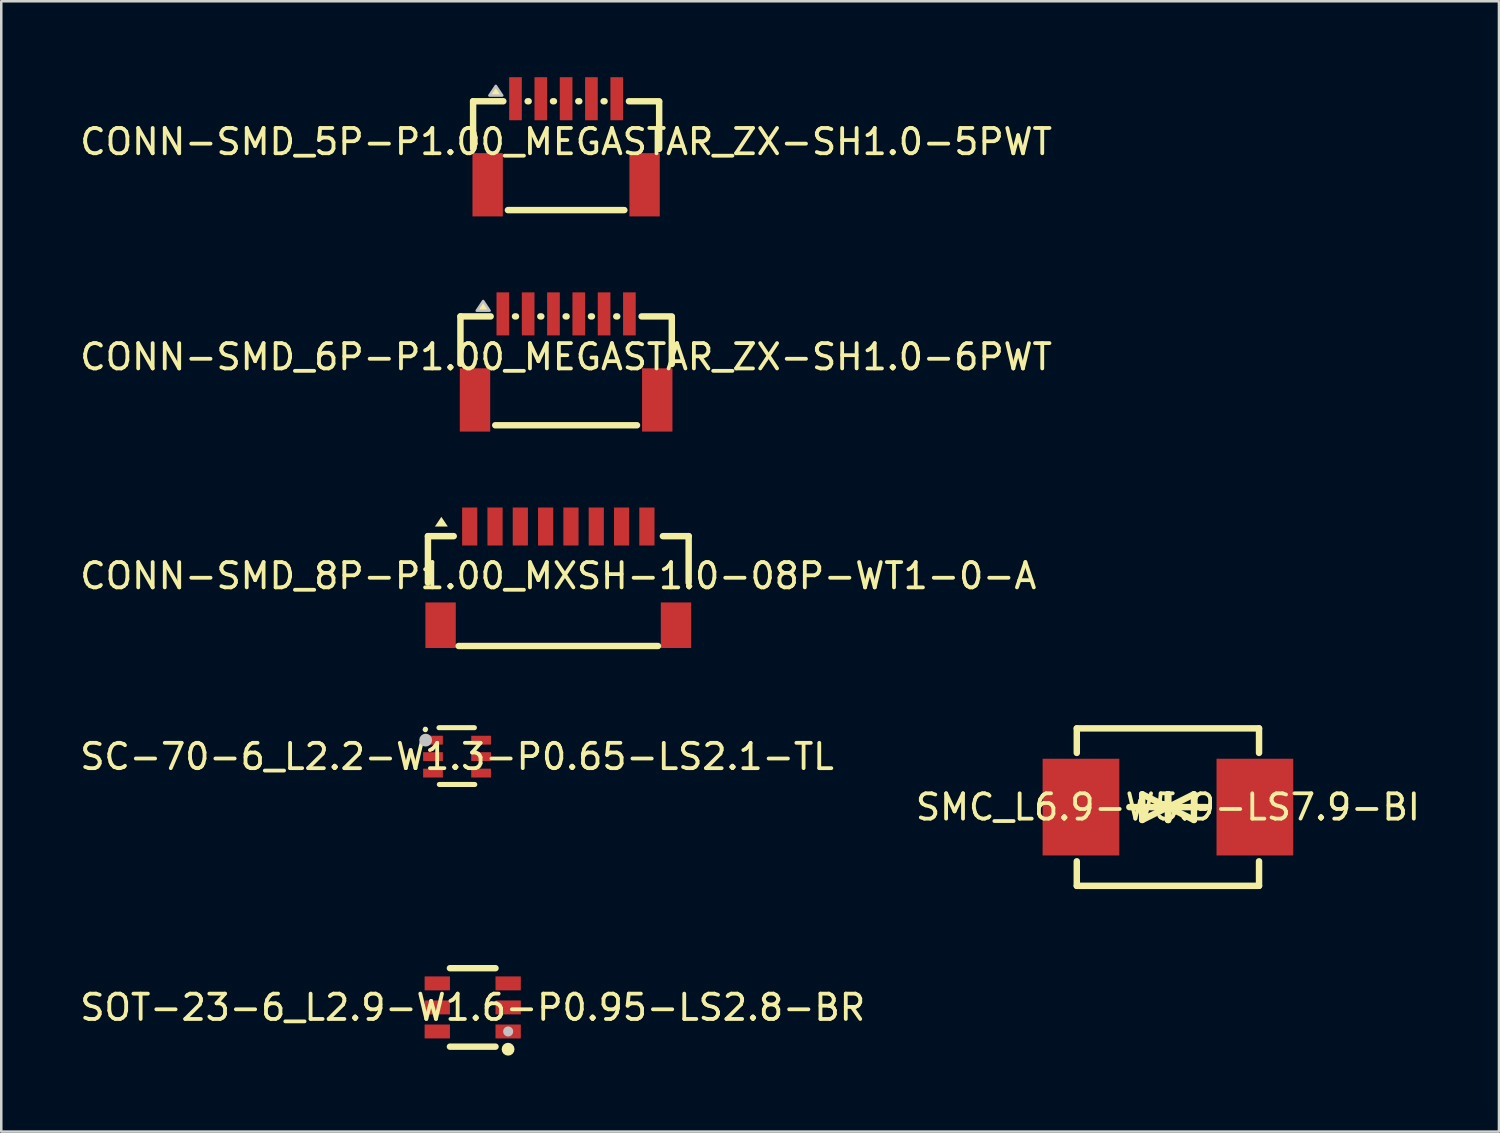
<source format=kicad_pcb>
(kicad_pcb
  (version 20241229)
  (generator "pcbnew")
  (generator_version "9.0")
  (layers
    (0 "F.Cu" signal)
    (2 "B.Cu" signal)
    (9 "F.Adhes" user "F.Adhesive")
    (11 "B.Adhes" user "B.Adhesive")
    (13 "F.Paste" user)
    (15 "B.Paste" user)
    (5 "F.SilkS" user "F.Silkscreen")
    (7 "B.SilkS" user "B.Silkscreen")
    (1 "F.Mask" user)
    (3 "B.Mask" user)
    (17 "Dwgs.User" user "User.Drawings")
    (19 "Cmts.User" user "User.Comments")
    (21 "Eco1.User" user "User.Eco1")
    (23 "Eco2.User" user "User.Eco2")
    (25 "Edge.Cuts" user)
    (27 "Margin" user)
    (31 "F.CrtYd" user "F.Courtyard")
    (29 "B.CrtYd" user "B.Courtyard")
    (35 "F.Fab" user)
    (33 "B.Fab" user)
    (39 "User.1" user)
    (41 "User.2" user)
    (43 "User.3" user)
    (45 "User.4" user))
  (footprint "SOT-23-6_L2.9-W1.6-P0.95-LS2.8-BR"
    (layer "F.Cu")
    (at 15.625 36.749)
    (property "Reference" "SOT-23-6_L2.9-W1.6-P0.95-LS2.8-BR" (at 0 0 0) (layer "F.SilkS") (effects (font (size 1 1) (thickness 0.15))))
    (fp_line (start -0.9 -1.55) (end 0.9 -1.55) (stroke (width 0.254) (type default)) (layer "F.SilkS"))
    (fp_line (start -0.9 1.55) (end 0.9 1.55) (stroke (width 0.254) (type default)) (layer "F.SilkS"))
    (fp_circle (center 1.397 1.651) (end 1.524 1.651) (stroke (width 0.254) (type default)) (fill no) (layer "F.SilkS"))
    (fp_circle (center 1.4 0.95) (end 1.5 0.95) (stroke (width 0.2) (type default)) (fill no) (layer "Dwgs.User"))
    (fp_poly (pts (xy -0.935 -0.735) (xy -0.935 -1.165) (xy -0.79 -1.165) (xy -0.79 -0.735)) (stroke (width 0.1) (type default)) (fill no) (layer "User.1"))
    (fp_poly (pts (xy -0.935 0.215) (xy -0.935 -0.215) (xy -0.79 -0.215) (xy -0.79 0.215)) (stroke (width 0.1) (type default)) (fill no) (layer "User.1"))
    (fp_poly (pts (xy -0.935 1.165) (xy -0.935 0.735) (xy -0.79 0.735) (xy -0.79 1.165)) (stroke (width 0.1) (type default)) (fill no) (layer "User.1"))
    (fp_poly (pts (xy -0.925 -0.735) (xy -0.925 -1.165) (xy -1.4 -1.165) (xy -1.4 -0.735)) (stroke (width 0.1) (type default)) (fill no) (layer "User.1"))
    (fp_poly (pts (xy -0.925 0.215) (xy -0.925 -0.215) (xy -1.4 -0.215) (xy -1.4 0.215)) (stroke (width 0.1) (type default)) (fill no) (layer "User.1"))
    (fp_poly (pts (xy -0.925 1.165) (xy -0.925 0.735) (xy -1.4 0.735) (xy -1.4 1.165)) (stroke (width 0.1) (type default)) (fill no) (layer "User.1"))
    (fp_poly (pts (xy 0.925 -0.735) (xy 0.925 -1.165) (xy 1.4 -1.165) (xy 1.4 -0.735)) (stroke (width 0.1) (type default)) (fill no) (layer "User.1"))
    (fp_poly (pts (xy 0.925 0.215) (xy 0.925 -0.215) (xy 1.4 -0.215) (xy 1.4 0.215)) (stroke (width 0.1) (type default)) (fill no) (layer "User.1"))
    (fp_poly (pts (xy 0.925 1.165) (xy 0.925 0.735) (xy 1.4 0.735) (xy 1.4 1.165)) (stroke (width 0.1) (type default)) (fill no) (layer "User.1"))
    (fp_poly (pts (xy 0.935 -1.165) (xy 0.935 -0.735) (xy 0.79 -0.735) (xy 0.79 -1.165)) (stroke (width 0.1) (type default)) (fill no) (layer "User.1"))
    (fp_poly (pts (xy 0.935 -0.215) (xy 0.935 0.215) (xy 0.79 0.215) (xy 0.79 -0.215)) (stroke (width 0.1) (type default)) (fill no) (layer "User.1"))
    (fp_poly (pts (xy 0.935 0.735) (xy 0.935 1.165) (xy 0.79 1.165) (xy 0.79 0.735)) (stroke (width 0.1) (type default)) (fill no) (layer "User.1"))
    (fp_line (start -0.81 -1.435) (end 0.81 -1.435) (stroke (width 0.051) (type default)) (layer "User.2"))
    (fp_line (start -0.81 1.435) (end -0.81 -1.435) (stroke (width 0.051) (type default)) (layer "User.2"))
    (fp_line (start 0.81 -1.435) (end 0.81 1.435) (stroke (width 0.051) (type default)) (layer "User.2"))
    (fp_line (start 0.81 1.435) (end -0.81 1.435) (stroke (width 0.051) (type default)) (layer "User.2"))
    (fp_poly (pts (xy 1.455 1.412) (xy 1.423 1.38) (xy 1.377 1.38) (xy 1.345 1.412) (xy 1.345 1.458) (xy 1.377 1.49) (xy 1.423 1.49) (xy 1.455 1.458)) (stroke (width 0.1) (type default)) (fill no) (layer "User.3"))
    (pad "1" smd rect (at 1.4 0.95) (size 1 0.55) (layers "F.Cu" "F.Mask" "F.Paste"))
    (pad "2" smd rect (at 1.4 0) (size 1 0.55) (layers "F.Cu" "F.Mask" "F.Paste"))
    (pad "3" smd rect (at 1.4 -0.95) (size 1 0.55) (layers "F.Cu" "F.Mask" "F.Paste"))
    (pad "4" smd rect (at -1.4 -0.95) (size 1 0.55) (layers "F.Cu" "F.Mask" "F.Paste"))
    (pad "5" smd rect (at -1.4 0) (size 1 0.55) (layers "F.Cu" "F.Mask" "F.Paste"))
    (pad "6" smd rect (at -1.4 0.95) (size 1 0.55) (layers "F.Cu" "F.Mask" "F.Paste")))
  (footprint "CONN-SMD_5P-P1.00_MEGASTAR_ZX-SH1.0-5PWT"
    (layer "F.Cu")
    (at 19.315 2.55)
    (property "Reference" "CONN-SMD_5P-P1.00_MEGASTAR_ZX-SH1.0-5PWT" (at 0 0 0) (layer "F.SilkS") (effects (font (size 1 1) (thickness 0.15))))
    (fp_line (start -3.675 -1.6) (end -3.675 0.269) (stroke (width 0.254) (type default)) (layer "F.SilkS"))
    (fp_line (start -2.481 -1.6) (end -3.675 -1.6) (stroke (width 0.254) (type default)) (layer "F.SilkS"))
    (fp_line (start -2.3 2.7) (end 2.3 2.7) (stroke (width 0.254) (type default)) (layer "F.SilkS"))
    (fp_line (start -1.519 -1.6) (end -1.481 -1.6) (stroke (width 0.254) (type default)) (layer "F.SilkS"))
    (fp_line (start -0.519 -1.6) (end -0.481 -1.6) (stroke (width 0.254) (type default)) (layer "F.SilkS"))
    (fp_line (start 0.481 -1.6) (end 0.519 -1.6) (stroke (width 0.254) (type default)) (layer "F.SilkS"))
    (fp_line (start 1.481 -1.6) (end 1.519 -1.6) (stroke (width 0.254) (type default)) (layer "F.SilkS"))
    (fp_line (start 2.481 -1.6) (end 3.675 -1.6) (stroke (width 0.254) (type default)) (layer "F.SilkS"))
    (fp_line (start 3.675 -1.573) (end 3.675 0.281) (stroke (width 0.254) (type default)) (layer "F.SilkS"))
    (fp_poly (pts (xy -2.778 -2.208) (xy -3.032 -1.827) (xy -2.524 -1.827)) (stroke (width 0) (type default)) (fill yes) (layer "F.SilkS"))
    (fp_poly (pts (xy -2.778 -2.208) (xy -3.032 -1.827) (xy -2.524 -1.827)) (stroke (width 0.1) (type default)) (fill no) (layer "Dwgs.User"))
    (fp_poly (pts (xy -3.2 0.7) (xy -3 0.7) (xy -3 2.7) (xy -3.2 2.7)) (stroke (width 0.1) (type default)) (fill no) (layer "User.1"))
    (fp_poly (pts (xy -2.1 -2.35) (xy -1.9 -2.35) (xy -1.9 -1.45) (xy -2.1 -1.45)) (stroke (width 0.1) (type default)) (fill no) (layer "User.1"))
    (fp_poly (pts (xy -1.1 -2.35) (xy -0.9 -2.35) (xy -0.9 -1.45) (xy -1.1 -1.45)) (stroke (width 0.1) (type default)) (fill no) (layer "User.1"))
    (fp_poly (pts (xy -0.1 -2.35) (xy 0.1 -2.35) (xy 0.1 -1.45) (xy -0.1 -1.45)) (stroke (width 0.1) (type default)) (fill no) (layer "User.1"))
    (fp_poly (pts (xy 0.9 -2.35) (xy 1.1 -2.35) (xy 1.1 -1.45) (xy 0.9 -1.45)) (stroke (width 0.1) (type default)) (fill no) (layer "User.1"))
    (fp_poly (pts (xy 1.9 -2.35) (xy 2.1 -2.35) (xy 2.1 -1.45) (xy 1.9 -1.45)) (stroke (width 0.1) (type default)) (fill no) (layer "User.1"))
    (fp_poly (pts (xy 3 0.7) (xy 3.2 0.7) (xy 3.2 2.7) (xy 3 2.7)) (stroke (width 0.1) (type default)) (fill no) (layer "User.1"))
    (fp_line (start -3.675 -1.6) (end 3.675 -1.6) (stroke (width 0.051) (type default)) (layer "User.2"))
    (fp_line (start -3.675 2.7) (end -3.675 -1.6) (stroke (width 0.051) (type default)) (layer "User.2"))
    (fp_line (start 3.675 -1.6) (end 3.675 2.7) (stroke (width 0.051) (type default)) (layer "User.2"))
    (fp_line (start 3.675 2.7) (end -3.675 2.7) (stroke (width 0.051) (type default)) (layer "User.2"))
    (fp_poly (pts (xy -3.62 -2.373) (xy -3.652 -2.405) (xy -3.698 -2.405) (xy -3.73 -2.373) (xy -3.73 -2.327) (xy -3.698 -2.295) (xy -3.652 -2.295) (xy -3.62 -2.327)) (stroke (width 0.1) (type default)) (fill no) (layer "User.3"))
    (pad "1" smd rect (at -2 -1.7) (size 0.5 1.7) (layers "F.Cu" "F.Mask" "F.Paste"))
    (pad "2" smd rect (at -1 -1.7) (size 0.5 1.7) (layers "F.Cu" "F.Mask" "F.Paste"))
    (pad "3" smd rect (at 0 -1.7) (size 0.5 1.7) (layers "F.Cu" "F.Mask" "F.Paste"))
    (pad "4" smd rect (at 1 -1.7) (size 0.5 1.7) (layers "F.Cu" "F.Mask" "F.Paste"))
    (pad "5" smd rect (at 2 -1.7) (size 0.5 1.7) (layers "F.Cu" "F.Mask" "F.Paste"))
    (pad "6" smd rect (at 3.1 1.7) (size 1.2 2.5) (layers "F.Cu" "F.Mask" "F.Paste"))
    (pad "7" smd rect (at -3.1 1.7) (size 1.2 2.5) (layers "F.Cu" "F.Mask" "F.Paste")))
  (footprint "CONN-SMD_8P-P1.00_MXSH-1.0-08P-WT1-0-A"
    (layer "F.Cu")
    (at 19.006 19.7)
    (property "Reference" "CONN-SMD_8P-P1.00_MXSH-1.0-08P-WT1-0-A" (at 0 0 0) (layer "F.SilkS") (effects (font (size 1 1) (thickness 0.15))))
    (fp_line (start -5.15 -1.569) (end -5.15 0.269) (stroke (width 0.254) (type default)) (layer "F.SilkS"))
    (fp_line (start -4.131 -1.569) (end -5.15 -1.569) (stroke (width 0.254) (type default)) (layer "F.SilkS"))
    (fp_line (start -3.937 2.771) (end 3.937 2.771) (stroke (width 0.254) (type default)) (layer "F.SilkS"))
    (fp_line (start 5.15 -1.569) (end 4.131 -1.569) (stroke (width 0.254) (type default)) (layer "F.SilkS"))
    (fp_line (start 5.15 0.269) (end 5.15 -1.569) (stroke (width 0.254) (type default)) (layer "F.SilkS"))
    (fp_poly (pts (xy -4.62 -2.331) (xy -4.874 -1.95) (xy -4.366 -1.95)) (stroke (width 0) (type default)) (fill yes) (layer "F.SilkS"))
    (pad "1" smd rect (at -3.5 -1.95) (size 0.6 1.5) (layers "F.Cu" "F.Mask" "F.Paste"))
    (pad "2" smd rect (at -2.5 -1.95) (size 0.6 1.5) (layers "F.Cu" "F.Mask" "F.Paste"))
    (pad "3" smd rect (at -1.5 -1.95) (size 0.6 1.5) (layers "F.Cu" "F.Mask" "F.Paste"))
    (pad "4" smd rect (at -0.5 -1.95) (size 0.6 1.5) (layers "F.Cu" "F.Mask" "F.Paste"))
    (pad "5" smd rect (at 0.5 -1.95) (size 0.6 1.5) (layers "F.Cu" "F.Mask" "F.Paste"))
    (pad "6" smd rect (at 1.5 -1.95) (size 0.6 1.5) (layers "F.Cu" "F.Mask" "F.Paste"))
    (pad "7" smd rect (at 2.5 -1.95) (size 0.6 1.5) (layers "F.Cu" "F.Mask" "F.Paste"))
    (pad "8" smd rect (at 3.5 -1.95) (size 0.6 1.5) (layers "F.Cu" "F.Mask" "F.Paste"))
    (pad "9" smd rect (at 4.65 1.95) (size 1.2 1.8) (layers "F.Cu" "F.Mask" "F.Paste"))
    (pad "10" smd rect (at -4.65 1.95) (size 1.2 1.8) (layers "F.Cu" "F.Mask" "F.Paste")))
  (footprint "SMC_L6.9-W5.9-LS7.9-BI"
    (layer "F.Cu")
    (at 43.089 28.835)
    (property "Reference" "SMC_L6.9-W5.9-LS7.9-BI" (at 0 0 0) (layer "F.SilkS") (effects (font (size 1 1) (thickness 0.15))))
    (fp_line (start -3.6 -2.141) (end -3.6 -3.11) (stroke (width 0.254) (type default)) (layer "F.SilkS"))
    (fp_line (start -3.6 3.11) (end -3.6 2.141) (stroke (width 0.254) (type default)) (layer "F.SilkS"))
    (fp_line (start -1.524 0) (end 0.508 0) (stroke (width 0.254) (type default)) (layer "F.SilkS"))
    (fp_line (start -1.016 -0.508) (end -1.016 0.508) (stroke (width 0.254) (type default)) (layer "F.SilkS"))
    (fp_line (start -1.016 0.508) (end 0 0) (stroke (width 0.254) (type default)) (layer "F.SilkS"))
    (fp_line (start 0 -0.508) (end 0 0.508) (stroke (width 0.254) (type default)) (layer "F.SilkS"))
    (fp_line (start 0 0) (end -1.016 -0.508) (stroke (width 0.254) (type default)) (layer "F.SilkS"))
    (fp_line (start 0 0) (end 0 -0.508) (stroke (width 0.254) (type default)) (layer "F.SilkS"))
    (fp_line (start 0.012 0) (end 0.012 0.508) (stroke (width 0.254) (type default)) (layer "F.SilkS"))
    (fp_line (start 0.012 0) (end 1.028 0.508) (stroke (width 0.254) (type default)) (layer "F.SilkS"))
    (fp_line (start 0.012 0.508) (end 0.012 -0.508) (stroke (width 0.254) (type default)) (layer "F.SilkS"))
    (fp_line (start 1.028 -0.508) (end 0.012 0) (stroke (width 0.254) (type default)) (layer "F.SilkS"))
    (fp_line (start 1.028 0.508) (end 1.028 -0.508) (stroke (width 0.254) (type default)) (layer "F.SilkS"))
    (fp_line (start 1.536 0) (end -0.496 0) (stroke (width 0.254) (type default)) (layer "F.SilkS"))
    (fp_line (start 3.6 -3.11) (end -3.6 -3.11) (stroke (width 0.254) (type default)) (layer "F.SilkS"))
    (fp_line (start 3.6 -2.141) (end 3.6 -3.11) (stroke (width 0.254) (type default)) (layer "F.SilkS"))
    (fp_line (start 3.6 3.11) (end -3.6 3.11) (stroke (width 0.254) (type default)) (layer "F.SilkS"))
    (fp_line (start 3.6 3.11) (end 3.6 2.141) (stroke (width 0.254) (type default)) (layer "F.SilkS"))
    (fp_poly (pts (xy -3.949 -1.525) (xy -2.809 -1.525) (xy -2.809 1.525) (xy -3.949 1.525)) (stroke (width 0.1) (type default)) (fill no) (layer "User.1"))
    (fp_poly (pts (xy 2.812 -1.525) (xy 3.951 -1.525) (xy 3.951 1.525) (xy 2.812 1.525)) (stroke (width 0.1) (type default)) (fill no) (layer "User.1"))
    (fp_line (start -3.45 -2.95) (end 3.45 -2.95) (stroke (width 0.051) (type default)) (layer "User.2"))
    (fp_line (start -3.45 2.95) (end -3.45 -2.95) (stroke (width 0.051) (type default)) (layer "User.2"))
    (fp_line (start 3.45 -2.95) (end 3.45 2.95) (stroke (width 0.051) (type default)) (layer "User.2"))
    (fp_line (start 3.45 2.95) (end -3.45 2.95) (stroke (width 0.051) (type default)) (layer "User.2"))
    (fp_poly (pts (xy -4.009 -3.071) (xy -4.041 -3.103) (xy -4.087 -3.103) (xy -4.119 -3.071) (xy -4.119 -3.025) (xy -4.087 -2.993) (xy -4.041 -2.993) (xy -4.009 -3.025)) (stroke (width 0.1) (type default)) (fill no) (layer "User.3"))
    (pad "1" smd rect (at -3.435 0) (size 3.03 3.82) (layers "F.Cu" "F.Mask" "F.Paste"))
    (pad "2" smd rect (at 3.435 0) (size 3.03 3.82) (layers "F.Cu" "F.Mask" "F.Paste")))
  (footprint "CONN-SMD_6P-P1.00_MEGASTAR_ZX-SH1.0-6PWT"
    (layer "F.Cu")
    (at 19.315 11.05)
    (property "Reference" "CONN-SMD_6P-P1.00_MEGASTAR_ZX-SH1.0-6PWT" (at 0 0 0) (layer "F.SilkS") (effects (font (size 1 1) (thickness 0.15))))
    (fp_line (start -4.175 -1.6) (end -4.175 0.269) (stroke (width 0.254) (type default)) (layer "F.SilkS"))
    (fp_line (start -2.981 -1.6) (end -4.175 -1.6) (stroke (width 0.254) (type default)) (layer "F.SilkS"))
    (fp_line (start -2.8 2.7) (end 2.8 2.7) (stroke (width 0.254) (type default)) (layer "F.SilkS"))
    (fp_line (start -2.019 -1.6) (end -1.981 -1.6) (stroke (width 0.254) (type default)) (layer "F.SilkS"))
    (fp_line (start -1.019 -1.6) (end -0.981 -1.6) (stroke (width 0.254) (type default)) (layer "F.SilkS"))
    (fp_line (start -0.018 -1.6) (end 0.019 -1.6) (stroke (width 0.254) (type default)) (layer "F.SilkS"))
    (fp_line (start 0.981 -1.6) (end 1.019 -1.6) (stroke (width 0.254) (type default)) (layer "F.SilkS"))
    (fp_line (start 1.981 -1.6) (end 2.019 -1.6) (stroke (width 0.254) (type default)) (layer "F.SilkS"))
    (fp_line (start 2.981 -1.6) (end 4.175 -1.6) (stroke (width 0.254) (type default)) (layer "F.SilkS"))
    (fp_line (start 4.175 -1.573) (end 4.175 0.281) (stroke (width 0.254) (type default)) (layer "F.SilkS"))
    (fp_poly (pts (xy -3.278 -2.208) (xy -3.532 -1.827) (xy -3.024 -1.827)) (stroke (width 0) (type default)) (fill yes) (layer "F.SilkS"))
    (fp_poly (pts (xy -3.278 -2.208) (xy -3.532 -1.827) (xy -3.024 -1.827)) (stroke (width 0.1) (type default)) (fill no) (layer "Dwgs.User"))
    (fp_poly (pts (xy -3.7 1.2) (xy -3.5 1.2) (xy -3.5 2.7) (xy -3.7 2.7)) (stroke (width 0.1) (type default)) (fill no) (layer "User.1"))
    (fp_poly (pts (xy -2.6 -2.35) (xy -2.4 -2.35) (xy -2.4 -1.45) (xy -2.6 -1.45)) (stroke (width 0.1) (type default)) (fill no) (layer "User.1"))
    (fp_poly (pts (xy -1.6 -2.35) (xy -1.4 -2.35) (xy -1.4 -1.45) (xy -1.6 -1.45)) (stroke (width 0.1) (type default)) (fill no) (layer "User.1"))
    (fp_poly (pts (xy -0.6 -2.35) (xy -0.4 -2.35) (xy -0.4 -1.45) (xy -0.6 -1.45)) (stroke (width 0.1) (type default)) (fill no) (layer "User.1"))
    (fp_poly (pts (xy 0.4 -2.35) (xy 0.6 -2.35) (xy 0.6 -1.45) (xy 0.4 -1.45)) (stroke (width 0.1) (type default)) (fill no) (layer "User.1"))
    (fp_poly (pts (xy 1.4 -2.35) (xy 1.6 -2.35) (xy 1.6 -1.45) (xy 1.4 -1.45)) (stroke (width 0.1) (type default)) (fill no) (layer "User.1"))
    (fp_poly (pts (xy 2.4 -2.35) (xy 2.6 -2.35) (xy 2.6 -1.45) (xy 2.4 -1.45)) (stroke (width 0.1) (type default)) (fill no) (layer "User.1"))
    (fp_poly (pts (xy 3.5 1.2) (xy 3.7 1.2) (xy 3.7 2.7) (xy 3.5 2.7)) (stroke (width 0.1) (type default)) (fill no) (layer "User.1"))
    (fp_line (start -4.175 -1.6) (end 4.175 -1.6) (stroke (width 0.051) (type default)) (layer "User.2"))
    (fp_line (start -4.175 2.7) (end -4.175 -1.6) (stroke (width 0.051) (type default)) (layer "User.2"))
    (fp_line (start 4.175 -1.6) (end 4.175 2.7) (stroke (width 0.051) (type default)) (layer "User.2"))
    (fp_line (start 4.175 2.7) (end -4.175 2.7) (stroke (width 0.051) (type default)) (layer "User.2"))
    (fp_poly (pts (xy -4.12 -2.373) (xy -4.152 -2.405) (xy -4.198 -2.405) (xy -4.23 -2.373) (xy -4.23 -2.327) (xy -4.198 -2.295) (xy -4.152 -2.295) (xy -4.12 -2.327)) (stroke (width 0.1) (type default)) (fill no) (layer "User.3"))
    (pad "1" smd rect (at -2.5 -1.7) (size 0.5 1.7) (layers "F.Cu" "F.Mask" "F.Paste"))
    (pad "2" smd rect (at -1.5 -1.7) (size 0.5 1.7) (layers "F.Cu" "F.Mask" "F.Paste"))
    (pad "3" smd rect (at -0.5 -1.7) (size 0.5 1.7) (layers "F.Cu" "F.Mask" "F.Paste"))
    (pad "4" smd rect (at 0.5 -1.7) (size 0.5 1.7) (layers "F.Cu" "F.Mask" "F.Paste"))
    (pad "5" smd rect (at 1.5 -1.7) (size 0.5 1.7) (layers "F.Cu" "F.Mask" "F.Paste"))
    (pad "6" smd rect (at 2.5 -1.7) (size 0.5 1.7) (layers "F.Cu" "F.Mask" "F.Paste"))
    (pad "7" smd rect (at 3.6 1.7) (size 1.2 2.5) (layers "F.Cu" "F.Mask" "F.Paste"))
    (pad "8" smd rect (at -3.6 1.7) (size 1.2 2.5) (layers "F.Cu" "F.Mask" "F.Paste")))
  (footprint "SC-70-6_L2.2-W1.3-P0.65-LS2.1-TL"
    (layer "F.Cu")
    (at 15.006 26.841)
    (property "Reference" "SC-70-6_L2.2-W1.3-P0.65-LS2.1-TL" (at 0 0 0) (layer "F.SilkS") (effects (font (size 1 1) (thickness 0.15))))
    (fp_line (start 0.685 -1.143) (end -0.714 -1.143) (stroke (width 0.2) (type default)) (layer "F.SilkS"))
    (fp_line (start 0.7 1.1) (end -0.7 1.1) (stroke (width 0.2) (type default)) (layer "F.SilkS"))
    (fp_arc (start -1.2525 -1.0635) (mid -1.25175 -1.083509) (end -1.252 -1.0635) (stroke (width 0.2) (type default)) (layer "F.SilkS"))
    (fp_circle (center -1.24 -0.652) (end -1.113 -0.652) (stroke (width 0.254) (type default)) (fill no) (layer "Dwgs.User"))
    (fp_poly (pts (xy -0.751 -0.775) (xy -0.751 -0.525) (xy -1.051 -0.525) (xy -1.051 -0.775)) (stroke (width 0.1) (type default)) (fill no) (layer "User.1"))
    (fp_poly (pts (xy -0.751 -0.125) (xy -0.751 0.125) (xy -1.051 0.125) (xy -1.051 -0.125)) (stroke (width 0.1) (type default)) (fill no) (layer "User.1"))
    (fp_poly (pts (xy -0.751 0.525) (xy -0.751 0.775) (xy -1.051 0.775) (xy -1.051 0.525)) (stroke (width 0.1) (type default)) (fill no) (layer "User.1"))
    (fp_poly (pts (xy -0.616 -0.775) (xy -0.616 -0.525) (xy -0.761 -0.525) (xy -0.761 -0.775)) (stroke (width 0.1) (type default)) (fill no) (layer "User.1"))
    (fp_poly (pts (xy -0.616 -0.125) (xy -0.616 0.125) (xy -0.761 0.125) (xy -0.761 -0.125)) (stroke (width 0.1) (type default)) (fill no) (layer "User.1"))
    (fp_poly (pts (xy -0.616 0.525) (xy -0.616 0.775) (xy -0.761 0.775) (xy -0.761 0.525)) (stroke (width 0.1) (type default)) (fill no) (layer "User.1"))
    (fp_poly (pts (xy 0.619 -0.525) (xy 0.619 -0.775) (xy 0.763 -0.775) (xy 0.763 -0.525)) (stroke (width 0.1) (type default)) (fill no) (layer "User.1"))
    (fp_poly (pts (xy 0.619 0.125) (xy 0.619 -0.125) (xy 0.763 -0.125) (xy 0.763 0.125)) (stroke (width 0.1) (type default)) (fill no) (layer "User.1"))
    (fp_poly (pts (xy 0.619 0.775) (xy 0.619 0.525) (xy 0.763 0.525) (xy 0.763 0.775)) (stroke (width 0.1) (type default)) (fill no) (layer "User.1"))
    (fp_poly (pts (xy 0.753 -0.525) (xy 0.753 -0.775) (xy 1.054 -0.775) (xy 1.054 -0.525)) (stroke (width 0.1) (type default)) (fill no) (layer "User.1"))
    (fp_poly (pts (xy 0.753 0.125) (xy 0.753 -0.125) (xy 1.054 -0.125) (xy 1.054 0.125)) (stroke (width 0.1) (type default)) (fill no) (layer "User.1"))
    (fp_poly (pts (xy 0.753 0.775) (xy 0.753 0.525) (xy 1.054 0.525) (xy 1.054 0.775)) (stroke (width 0.1) (type default)) (fill no) (layer "User.1"))
    (fp_line (start -0.65 -1.1) (end 0.65 -1.1) (stroke (width 0.051) (type default)) (layer "User.2"))
    (fp_line (start -0.65 1.1) (end -0.65 -1.1) (stroke (width 0.051) (type default)) (layer "User.2"))
    (fp_line (start 0.65 -1.1) (end 0.65 1.1) (stroke (width 0.051) (type default)) (layer "User.2"))
    (fp_line (start 0.65 1.1) (end -0.65 1.1) (stroke (width 0.051) (type default)) (layer "User.2"))
    (fp_poly (pts (xy -0.966 -1.093) (xy -0.998 -1.125) (xy -1.044 -1.125) (xy -1.076 -1.093) (xy -1.076 -1.047) (xy -1.044 -1.015) (xy -0.998 -1.015) (xy -0.966 -1.047)) (stroke (width 0.1) (type default)) (fill no) (layer "User.3"))
    (pad "1" smd rect (at -0.95 -0.65 270) (size 0.35 0.78) (layers "F.Cu" "F.Mask" "F.Paste"))
    (pad "2" smd rect (at -0.95 0 270) (size 0.35 0.78) (layers "F.Cu" "F.Mask" "F.Paste"))
    (pad "3" smd rect (at -0.95 0.65 270) (size 0.35 0.78) (layers "F.Cu" "F.Mask" "F.Paste"))
    (pad "4" smd rect (at 0.95 0.65 90) (size 0.35 0.78) (layers "F.Cu" "F.Mask" "F.Paste"))
    (pad "5" smd rect (at 0.95 0 90) (size 0.35 0.78) (layers "F.Cu" "F.Mask" "F.Paste"))
    (pad "6" smd rect (at 0.95 -0.65 90) (size 0.35 0.78) (layers "F.Cu" "F.Mask" "F.Paste")))
  (gr_rect
    (start -3 -3)
    (end 56.167 41.654)
    (stroke (width 0.1) (type default))
    (fill no)
    (layer "Edge.Cuts")))
</source>
